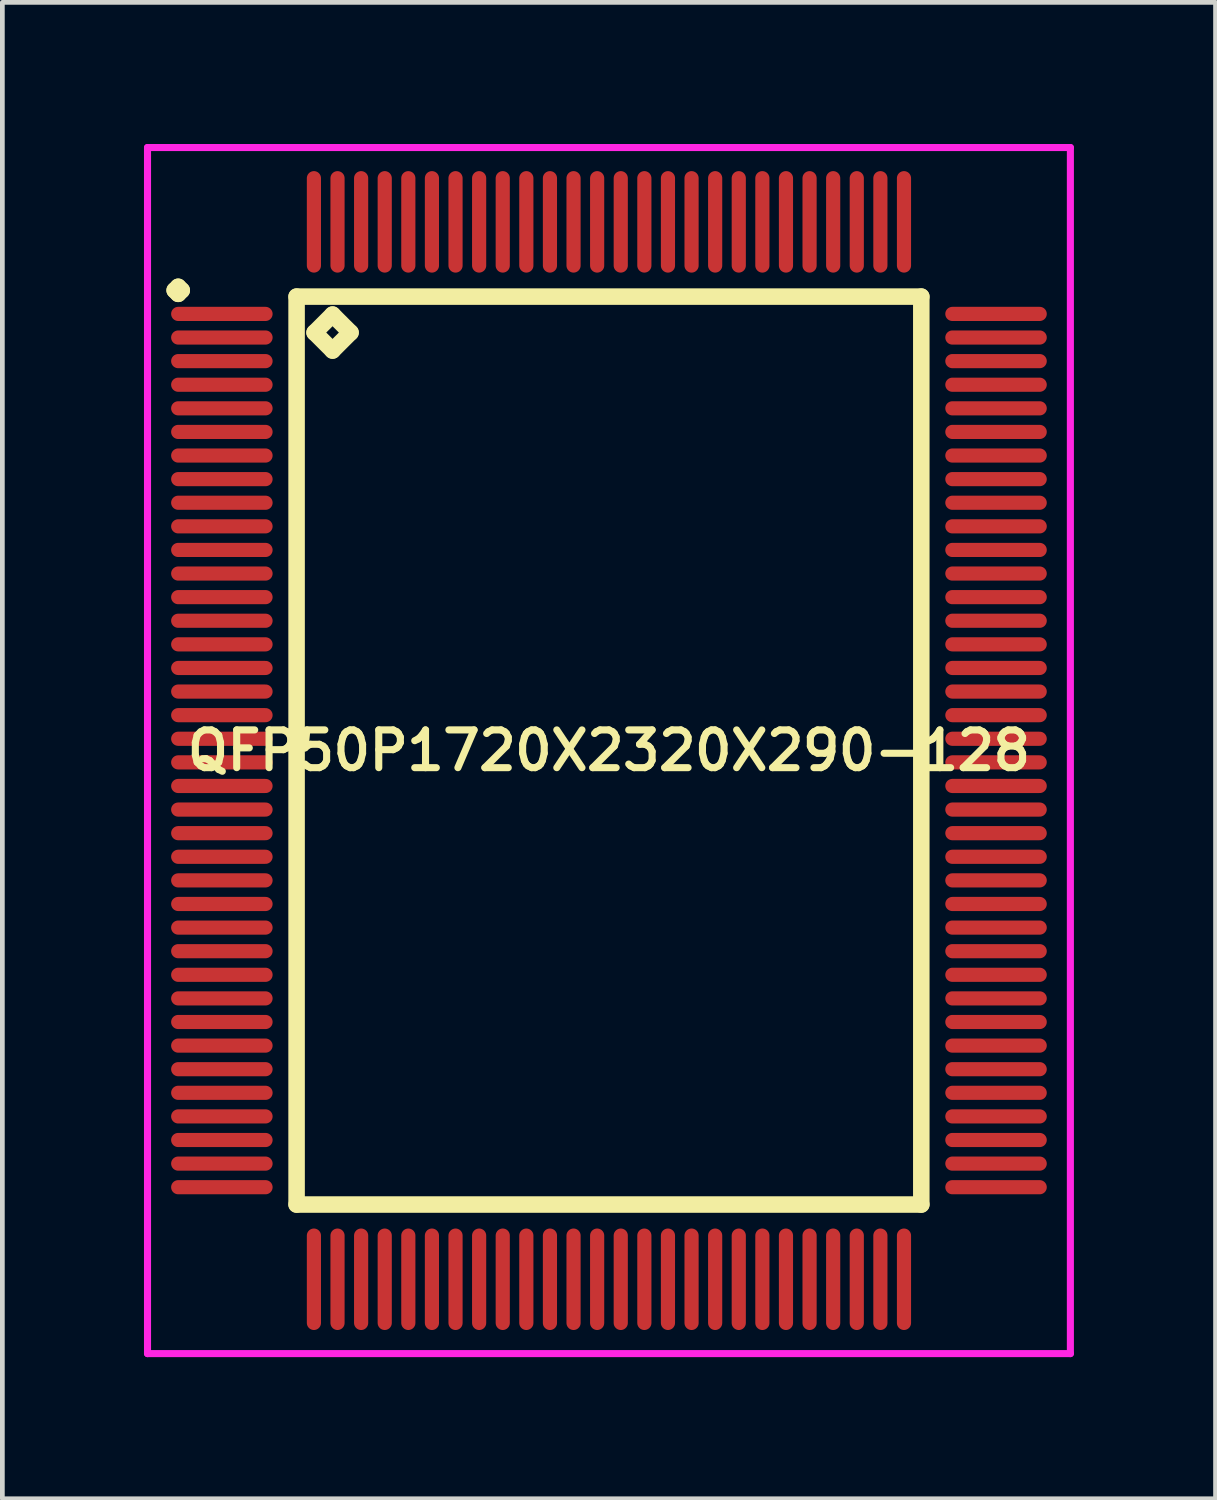
<source format=kicad_pcb>
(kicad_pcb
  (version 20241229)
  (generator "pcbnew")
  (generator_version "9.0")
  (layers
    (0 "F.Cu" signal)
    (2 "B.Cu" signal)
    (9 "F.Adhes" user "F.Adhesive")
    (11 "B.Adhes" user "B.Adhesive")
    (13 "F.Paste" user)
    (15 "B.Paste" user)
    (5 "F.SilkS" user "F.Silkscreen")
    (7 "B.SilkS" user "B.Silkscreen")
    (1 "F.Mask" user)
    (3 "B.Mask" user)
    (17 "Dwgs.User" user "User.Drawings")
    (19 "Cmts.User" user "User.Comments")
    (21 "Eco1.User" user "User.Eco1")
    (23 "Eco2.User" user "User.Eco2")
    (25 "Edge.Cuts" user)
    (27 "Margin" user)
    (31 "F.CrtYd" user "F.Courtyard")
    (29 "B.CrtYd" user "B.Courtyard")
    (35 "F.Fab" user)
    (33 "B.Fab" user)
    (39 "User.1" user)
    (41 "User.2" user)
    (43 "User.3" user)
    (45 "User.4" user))
  (footprint "QFP50P1720X2320X290-128"
    (layer "F.Cu")
    (at 9.85 12.85)
    (property "Reference" "QFP50P1720X2320X290-128" (at 0 0 0) (layer "F.SilkS") (effects (font (size 0.8 0.8) (thickness 0.15))))
    (attr through_hole)
    (fp_line (start -9.2 -9.75) (end -9.125 -9.825) (stroke (width 0.35) (type solid)) (layer "F.SilkS"))
    (fp_line (start -9.125 -9.825) (end -9.05 -9.75) (stroke (width 0.35) (type solid)) (layer "F.SilkS"))
    (fp_line (start -9.125 -9.675) (end -9.2 -9.75) (stroke (width 0.35) (type solid)) (layer "F.SilkS"))
    (fp_line (start -9.05 -9.75) (end -9.125 -9.675) (stroke (width 0.35) (type solid)) (layer "F.SilkS"))
    (fp_line (start -6.617 -9.617) (end -6.617 9.617) (stroke (width 0.35) (type solid)) (layer "F.SilkS"))
    (fp_line (start -6.617 9.617) (end 6.617 9.617) (stroke (width 0.35) (type solid)) (layer "F.SilkS"))
    (fp_line (start -6.236 -8.855) (end -5.855 -9.236) (stroke (width 0.35) (type solid)) (layer "F.SilkS"))
    (fp_line (start -5.855 -9.236) (end -5.474 -8.855) (stroke (width 0.35) (type solid)) (layer "F.SilkS"))
    (fp_line (start -5.855 -8.474) (end -6.236 -8.855) (stroke (width 0.35) (type solid)) (layer "F.SilkS"))
    (fp_line (start -5.474 -8.855) (end -5.855 -8.474) (stroke (width 0.35) (type solid)) (layer "F.SilkS"))
    (fp_line (start 6.617 -9.617) (end -6.617 -9.617) (stroke (width 0.35) (type solid)) (layer "F.SilkS"))
    (fp_line (start 6.617 9.617) (end 6.617 -9.617) (stroke (width 0.35) (type solid)) (layer "F.SilkS"))
    (fp_line (start -9.775 -12.775) (end 9.775 -12.775) (stroke (width 0.15) (type solid)) (layer "F.CrtYd"))
    (fp_line (start -9.775 12.775) (end -9.775 -12.775) (stroke (width 0.15) (type solid)) (layer "F.CrtYd"))
    (fp_line (start 9.775 -12.775) (end 9.775 12.775) (stroke (width 0.15) (type solid)) (layer "F.CrtYd"))
    (fp_line (start 9.775 12.775) (end -9.775 12.775) (stroke (width 0.15) (type solid)) (layer "F.CrtYd"))
    (pad "1" smd oval (at -8.2 -9.25) (size 2.15 0.3) (layers "F.Cu" "F.Mask" "F.Paste"))
    (pad "2" smd oval (at -8.2 -8.75) (size 2.15 0.3) (layers "F.Cu" "F.Mask" "F.Paste"))
    (pad "3" smd oval (at -8.2 -8.25) (size 2.15 0.3) (layers "F.Cu" "F.Mask" "F.Paste"))
    (pad "4" smd oval (at -8.2 -7.75) (size 2.15 0.3) (layers "F.Cu" "F.Mask" "F.Paste"))
    (pad "5" smd oval (at -8.2 -7.25) (size 2.15 0.3) (layers "F.Cu" "F.Mask" "F.Paste"))
    (pad "6" smd oval (at -8.2 -6.75) (size 2.15 0.3) (layers "F.Cu" "F.Mask" "F.Paste"))
    (pad "7" smd oval (at -8.2 -6.25) (size 2.15 0.3) (layers "F.Cu" "F.Mask" "F.Paste"))
    (pad "8" smd oval (at -8.2 -5.75) (size 2.15 0.3) (layers "F.Cu" "F.Mask" "F.Paste"))
    (pad "9" smd oval (at -8.2 -5.25) (size 2.15 0.3) (layers "F.Cu" "F.Mask" "F.Paste"))
    (pad "10" smd oval (at -8.2 -4.75) (size 2.15 0.3) (layers "F.Cu" "F.Mask" "F.Paste"))
    (pad "11" smd oval (at -8.2 -4.25) (size 2.15 0.3) (layers "F.Cu" "F.Mask" "F.Paste"))
    (pad "12" smd oval (at -8.2 -3.75) (size 2.15 0.3) (layers "F.Cu" "F.Mask" "F.Paste"))
    (pad "13" smd oval (at -8.2 -3.25) (size 2.15 0.3) (layers "F.Cu" "F.Mask" "F.Paste"))
    (pad "14" smd oval (at -8.2 -2.75) (size 2.15 0.3) (layers "F.Cu" "F.Mask" "F.Paste"))
    (pad "15" smd oval (at -8.2 -2.25) (size 2.15 0.3) (layers "F.Cu" "F.Mask" "F.Paste"))
    (pad "16" smd oval (at -8.2 -1.75) (size 2.15 0.3) (layers "F.Cu" "F.Mask" "F.Paste"))
    (pad "17" smd oval (at -8.2 -1.25) (size 2.15 0.3) (layers "F.Cu" "F.Mask" "F.Paste"))
    (pad "18" smd oval (at -8.2 -0.75) (size 2.15 0.3) (layers "F.Cu" "F.Mask" "F.Paste"))
    (pad "19" smd oval (at -8.2 -0.25) (size 2.15 0.3) (layers "F.Cu" "F.Mask" "F.Paste"))
    (pad "20" smd oval (at -8.2 0.25) (size 2.15 0.3) (layers "F.Cu" "F.Mask" "F.Paste"))
    (pad "21" smd oval (at -8.2 0.75) (size 2.15 0.3) (layers "F.Cu" "F.Mask" "F.Paste"))
    (pad "22" smd oval (at -8.2 1.25) (size 2.15 0.3) (layers "F.Cu" "F.Mask" "F.Paste"))
    (pad "23" smd oval (at -8.2 1.75) (size 2.15 0.3) (layers "F.Cu" "F.Mask" "F.Paste"))
    (pad "24" smd oval (at -8.2 2.25) (size 2.15 0.3) (layers "F.Cu" "F.Mask" "F.Paste"))
    (pad "25" smd oval (at -8.2 2.75) (size 2.15 0.3) (layers "F.Cu" "F.Mask" "F.Paste"))
    (pad "26" smd oval (at -8.2 3.25) (size 2.15 0.3) (layers "F.Cu" "F.Mask" "F.Paste"))
    (pad "27" smd oval (at -8.2 3.75) (size 2.15 0.3) (layers "F.Cu" "F.Mask" "F.Paste"))
    (pad "28" smd oval (at -8.2 4.25) (size 2.15 0.3) (layers "F.Cu" "F.Mask" "F.Paste"))
    (pad "29" smd oval (at -8.2 4.75) (size 2.15 0.3) (layers "F.Cu" "F.Mask" "F.Paste"))
    (pad "30" smd oval (at -8.2 5.25) (size 2.15 0.3) (layers "F.Cu" "F.Mask" "F.Paste"))
    (pad "31" smd oval (at -8.2 5.75) (size 2.15 0.3) (layers "F.Cu" "F.Mask" "F.Paste"))
    (pad "32" smd oval (at -8.2 6.25) (size 2.15 0.3) (layers "F.Cu" "F.Mask" "F.Paste"))
    (pad "33" smd oval (at -8.2 6.75) (size 2.15 0.3) (layers "F.Cu" "F.Mask" "F.Paste"))
    (pad "34" smd oval (at -8.2 7.25) (size 2.15 0.3) (layers "F.Cu" "F.Mask" "F.Paste"))
    (pad "35" smd oval (at -8.2 7.75) (size 2.15 0.3) (layers "F.Cu" "F.Mask" "F.Paste"))
    (pad "36" smd oval (at -8.2 8.25) (size 2.15 0.3) (layers "F.Cu" "F.Mask" "F.Paste"))
    (pad "37" smd oval (at -8.2 8.75) (size 2.15 0.3) (layers "F.Cu" "F.Mask" "F.Paste"))
    (pad "38" smd oval (at -8.2 9.25) (size 2.15 0.3) (layers "F.Cu" "F.Mask" "F.Paste"))
    (pad "39" smd oval (at -6.25 11.2) (size 0.3 2.15) (layers "F.Cu" "F.Mask" "F.Paste"))
    (pad "40" smd oval (at -5.75 11.2) (size 0.3 2.15) (layers "F.Cu" "F.Mask" "F.Paste"))
    (pad "41" smd oval (at -5.25 11.2) (size 0.3 2.15) (layers "F.Cu" "F.Mask" "F.Paste"))
    (pad "42" smd oval (at -4.75 11.2) (size 0.3 2.15) (layers "F.Cu" "F.Mask" "F.Paste"))
    (pad "43" smd oval (at -4.25 11.2) (size 0.3 2.15) (layers "F.Cu" "F.Mask" "F.Paste"))
    (pad "44" smd oval (at -3.75 11.2) (size 0.3 2.15) (layers "F.Cu" "F.Mask" "F.Paste"))
    (pad "45" smd oval (at -3.25 11.2) (size 0.3 2.15) (layers "F.Cu" "F.Mask" "F.Paste"))
    (pad "46" smd oval (at -2.75 11.2) (size 0.3 2.15) (layers "F.Cu" "F.Mask" "F.Paste"))
    (pad "47" smd oval (at -2.25 11.2) (size 0.3 2.15) (layers "F.Cu" "F.Mask" "F.Paste"))
    (pad "48" smd oval (at -1.75 11.2) (size 0.3 2.15) (layers "F.Cu" "F.Mask" "F.Paste"))
    (pad "49" smd oval (at -1.25 11.2) (size 0.3 2.15) (layers "F.Cu" "F.Mask" "F.Paste"))
    (pad "50" smd oval (at -0.75 11.2) (size 0.3 2.15) (layers "F.Cu" "F.Mask" "F.Paste"))
    (pad "51" smd oval (at -0.25 11.2) (size 0.3 2.15) (layers "F.Cu" "F.Mask" "F.Paste"))
    (pad "52" smd oval (at 0.25 11.2) (size 0.3 2.15) (layers "F.Cu" "F.Mask" "F.Paste"))
    (pad "53" smd oval (at 0.75 11.2) (size 0.3 2.15) (layers "F.Cu" "F.Mask" "F.Paste"))
    (pad "54" smd oval (at 1.25 11.2) (size 0.3 2.15) (layers "F.Cu" "F.Mask" "F.Paste"))
    (pad "55" smd oval (at 1.75 11.2) (size 0.3 2.15) (layers "F.Cu" "F.Mask" "F.Paste"))
    (pad "56" smd oval (at 2.25 11.2) (size 0.3 2.15) (layers "F.Cu" "F.Mask" "F.Paste"))
    (pad "57" smd oval (at 2.75 11.2) (size 0.3 2.15) (layers "F.Cu" "F.Mask" "F.Paste"))
    (pad "58" smd oval (at 3.25 11.2) (size 0.3 2.15) (layers "F.Cu" "F.Mask" "F.Paste"))
    (pad "59" smd oval (at 3.75 11.2) (size 0.3 2.15) (layers "F.Cu" "F.Mask" "F.Paste"))
    (pad "60" smd oval (at 4.25 11.2) (size 0.3 2.15) (layers "F.Cu" "F.Mask" "F.Paste"))
    (pad "61" smd oval (at 4.75 11.2) (size 0.3 2.15) (layers "F.Cu" "F.Mask" "F.Paste"))
    (pad "62" smd oval (at 5.25 11.2) (size 0.3 2.15) (layers "F.Cu" "F.Mask" "F.Paste"))
    (pad "63" smd oval (at 5.75 11.2) (size 0.3 2.15) (layers "F.Cu" "F.Mask" "F.Paste"))
    (pad "64" smd oval (at 6.25 11.2) (size 0.3 2.15) (layers "F.Cu" "F.Mask" "F.Paste"))
    (pad "65" smd oval (at 8.2 9.25) (size 2.15 0.3) (layers "F.Cu" "F.Mask" "F.Paste"))
    (pad "66" smd oval (at 8.2 8.75) (size 2.15 0.3) (layers "F.Cu" "F.Mask" "F.Paste"))
    (pad "67" smd oval (at 8.2 8.25) (size 2.15 0.3) (layers "F.Cu" "F.Mask" "F.Paste"))
    (pad "68" smd oval (at 8.2 7.75) (size 2.15 0.3) (layers "F.Cu" "F.Mask" "F.Paste"))
    (pad "69" smd oval (at 8.2 7.25) (size 2.15 0.3) (layers "F.Cu" "F.Mask" "F.Paste"))
    (pad "70" smd oval (at 8.2 6.75) (size 2.15 0.3) (layers "F.Cu" "F.Mask" "F.Paste"))
    (pad "71" smd oval (at 8.2 6.25) (size 2.15 0.3) (layers "F.Cu" "F.Mask" "F.Paste"))
    (pad "72" smd oval (at 8.2 5.75) (size 2.15 0.3) (layers "F.Cu" "F.Mask" "F.Paste"))
    (pad "73" smd oval (at 8.2 5.25) (size 2.15 0.3) (layers "F.Cu" "F.Mask" "F.Paste"))
    (pad "74" smd oval (at 8.2 4.75) (size 2.15 0.3) (layers "F.Cu" "F.Mask" "F.Paste"))
    (pad "75" smd oval (at 8.2 4.25) (size 2.15 0.3) (layers "F.Cu" "F.Mask" "F.Paste"))
    (pad "76" smd oval (at 8.2 3.75) (size 2.15 0.3) (layers "F.Cu" "F.Mask" "F.Paste"))
    (pad "77" smd oval (at 8.2 3.25) (size 2.15 0.3) (layers "F.Cu" "F.Mask" "F.Paste"))
    (pad "78" smd oval (at 8.2 2.75) (size 2.15 0.3) (layers "F.Cu" "F.Mask" "F.Paste"))
    (pad "79" smd oval (at 8.2 2.25) (size 2.15 0.3) (layers "F.Cu" "F.Mask" "F.Paste"))
    (pad "80" smd oval (at 8.2 1.75) (size 2.15 0.3) (layers "F.Cu" "F.Mask" "F.Paste"))
    (pad "81" smd oval (at 8.2 1.25) (size 2.15 0.3) (layers "F.Cu" "F.Mask" "F.Paste"))
    (pad "82" smd oval (at 8.2 0.75) (size 2.15 0.3) (layers "F.Cu" "F.Mask" "F.Paste"))
    (pad "83" smd oval (at 8.2 0.25) (size 2.15 0.3) (layers "F.Cu" "F.Mask" "F.Paste"))
    (pad "84" smd oval (at 8.2 -0.25) (size 2.15 0.3) (layers "F.Cu" "F.Mask" "F.Paste"))
    (pad "85" smd oval (at 8.2 -0.75) (size 2.15 0.3) (layers "F.Cu" "F.Mask" "F.Paste"))
    (pad "86" smd oval (at 8.2 -1.25) (size 2.15 0.3) (layers "F.Cu" "F.Mask" "F.Paste"))
    (pad "87" smd oval (at 8.2 -1.75) (size 2.15 0.3) (layers "F.Cu" "F.Mask" "F.Paste"))
    (pad "88" smd oval (at 8.2 -2.25) (size 2.15 0.3) (layers "F.Cu" "F.Mask" "F.Paste"))
    (pad "89" smd oval (at 8.2 -2.75) (size 2.15 0.3) (layers "F.Cu" "F.Mask" "F.Paste"))
    (pad "90" smd oval (at 8.2 -3.25) (size 2.15 0.3) (layers "F.Cu" "F.Mask" "F.Paste"))
    (pad "91" smd oval (at 8.2 -3.75) (size 2.15 0.3) (layers "F.Cu" "F.Mask" "F.Paste"))
    (pad "92" smd oval (at 8.2 -4.25) (size 2.15 0.3) (layers "F.Cu" "F.Mask" "F.Paste"))
    (pad "93" smd oval (at 8.2 -4.75) (size 2.15 0.3) (layers "F.Cu" "F.Mask" "F.Paste"))
    (pad "94" smd oval (at 8.2 -5.25) (size 2.15 0.3) (layers "F.Cu" "F.Mask" "F.Paste"))
    (pad "95" smd oval (at 8.2 -5.75) (size 2.15 0.3) (layers "F.Cu" "F.Mask" "F.Paste"))
    (pad "96" smd oval (at 8.2 -6.25) (size 2.15 0.3) (layers "F.Cu" "F.Mask" "F.Paste"))
    (pad "97" smd oval (at 8.2 -6.75) (size 2.15 0.3) (layers "F.Cu" "F.Mask" "F.Paste"))
    (pad "98" smd oval (at 8.2 -7.25) (size 2.15 0.3) (layers "F.Cu" "F.Mask" "F.Paste"))
    (pad "99" smd oval (at 8.2 -7.75) (size 2.15 0.3) (layers "F.Cu" "F.Mask" "F.Paste"))
    (pad "100" smd oval (at 8.2 -8.25) (size 2.15 0.3) (layers "F.Cu" "F.Mask" "F.Paste"))
    (pad "101" smd oval (at 8.2 -8.75) (size 2.15 0.3) (layers "F.Cu" "F.Mask" "F.Paste"))
    (pad "102" smd oval (at 8.2 -9.25) (size 2.15 0.3) (layers "F.Cu" "F.Mask" "F.Paste"))
    (pad "103" smd oval (at 6.25 -11.2) (size 0.3 2.15) (layers "F.Cu" "F.Mask" "F.Paste"))
    (pad "104" smd oval (at 5.75 -11.2) (size 0.3 2.15) (layers "F.Cu" "F.Mask" "F.Paste"))
    (pad "105" smd oval (at 5.25 -11.2) (size 0.3 2.15) (layers "F.Cu" "F.Mask" "F.Paste"))
    (pad "106" smd oval (at 4.75 -11.2) (size 0.3 2.15) (layers "F.Cu" "F.Mask" "F.Paste"))
    (pad "107" smd oval (at 4.25 -11.2) (size 0.3 2.15) (layers "F.Cu" "F.Mask" "F.Paste"))
    (pad "108" smd oval (at 3.75 -11.2) (size 0.3 2.15) (layers "F.Cu" "F.Mask" "F.Paste"))
    (pad "109" smd oval (at 3.25 -11.2) (size 0.3 2.15) (layers "F.Cu" "F.Mask" "F.Paste"))
    (pad "110" smd oval (at 2.75 -11.2) (size 0.3 2.15) (layers "F.Cu" "F.Mask" "F.Paste"))
    (pad "111" smd oval (at 2.25 -11.2) (size 0.3 2.15) (layers "F.Cu" "F.Mask" "F.Paste"))
    (pad "112" smd oval (at 1.75 -11.2) (size 0.3 2.15) (layers "F.Cu" "F.Mask" "F.Paste"))
    (pad "113" smd oval (at 1.25 -11.2) (size 0.3 2.15) (layers "F.Cu" "F.Mask" "F.Paste"))
    (pad "114" smd oval (at 0.75 -11.2) (size 0.3 2.15) (layers "F.Cu" "F.Mask" "F.Paste"))
    (pad "115" smd oval (at 0.25 -11.2) (size 0.3 2.15) (layers "F.Cu" "F.Mask" "F.Paste"))
    (pad "116" smd oval (at -0.25 -11.2) (size 0.3 2.15) (layers "F.Cu" "F.Mask" "F.Paste"))
    (pad "117" smd oval (at -0.75 -11.2) (size 0.3 2.15) (layers "F.Cu" "F.Mask" "F.Paste"))
    (pad "118" smd oval (at -1.25 -11.2) (size 0.3 2.15) (layers "F.Cu" "F.Mask" "F.Paste"))
    (pad "119" smd oval (at -1.75 -11.2) (size 0.3 2.15) (layers "F.Cu" "F.Mask" "F.Paste"))
    (pad "120" smd oval (at -2.25 -11.2) (size 0.3 2.15) (layers "F.Cu" "F.Mask" "F.Paste"))
    (pad "121" smd oval (at -2.75 -11.2) (size 0.3 2.15) (layers "F.Cu" "F.Mask" "F.Paste"))
    (pad "122" smd oval (at -3.25 -11.2) (size 0.3 2.15) (layers "F.Cu" "F.Mask" "F.Paste"))
    (pad "123" smd oval (at -3.75 -11.2) (size 0.3 2.15) (layers "F.Cu" "F.Mask" "F.Paste"))
    (pad "124" smd oval (at -4.25 -11.2) (size 0.3 2.15) (layers "F.Cu" "F.Mask" "F.Paste"))
    (pad "125" smd oval (at -4.75 -11.2) (size 0.3 2.15) (layers "F.Cu" "F.Mask" "F.Paste"))
    (pad "126" smd oval (at -5.25 -11.2) (size 0.3 2.15) (layers "F.Cu" "F.Mask" "F.Paste"))
    (pad "127" smd oval (at -5.75 -11.2) (size 0.3 2.15) (layers "F.Cu" "F.Mask" "F.Paste"))
    (pad "128" smd oval (at -6.25 -11.2) (size 0.3 2.15) (layers "F.Cu" "F.Mask" "F.Paste")))
  (gr_rect
    (start -3 -3)
    (end 22.7 28.7)
    (stroke (width 0.1) (type default))
    (fill no)
    (layer "Edge.Cuts")))
</source>
